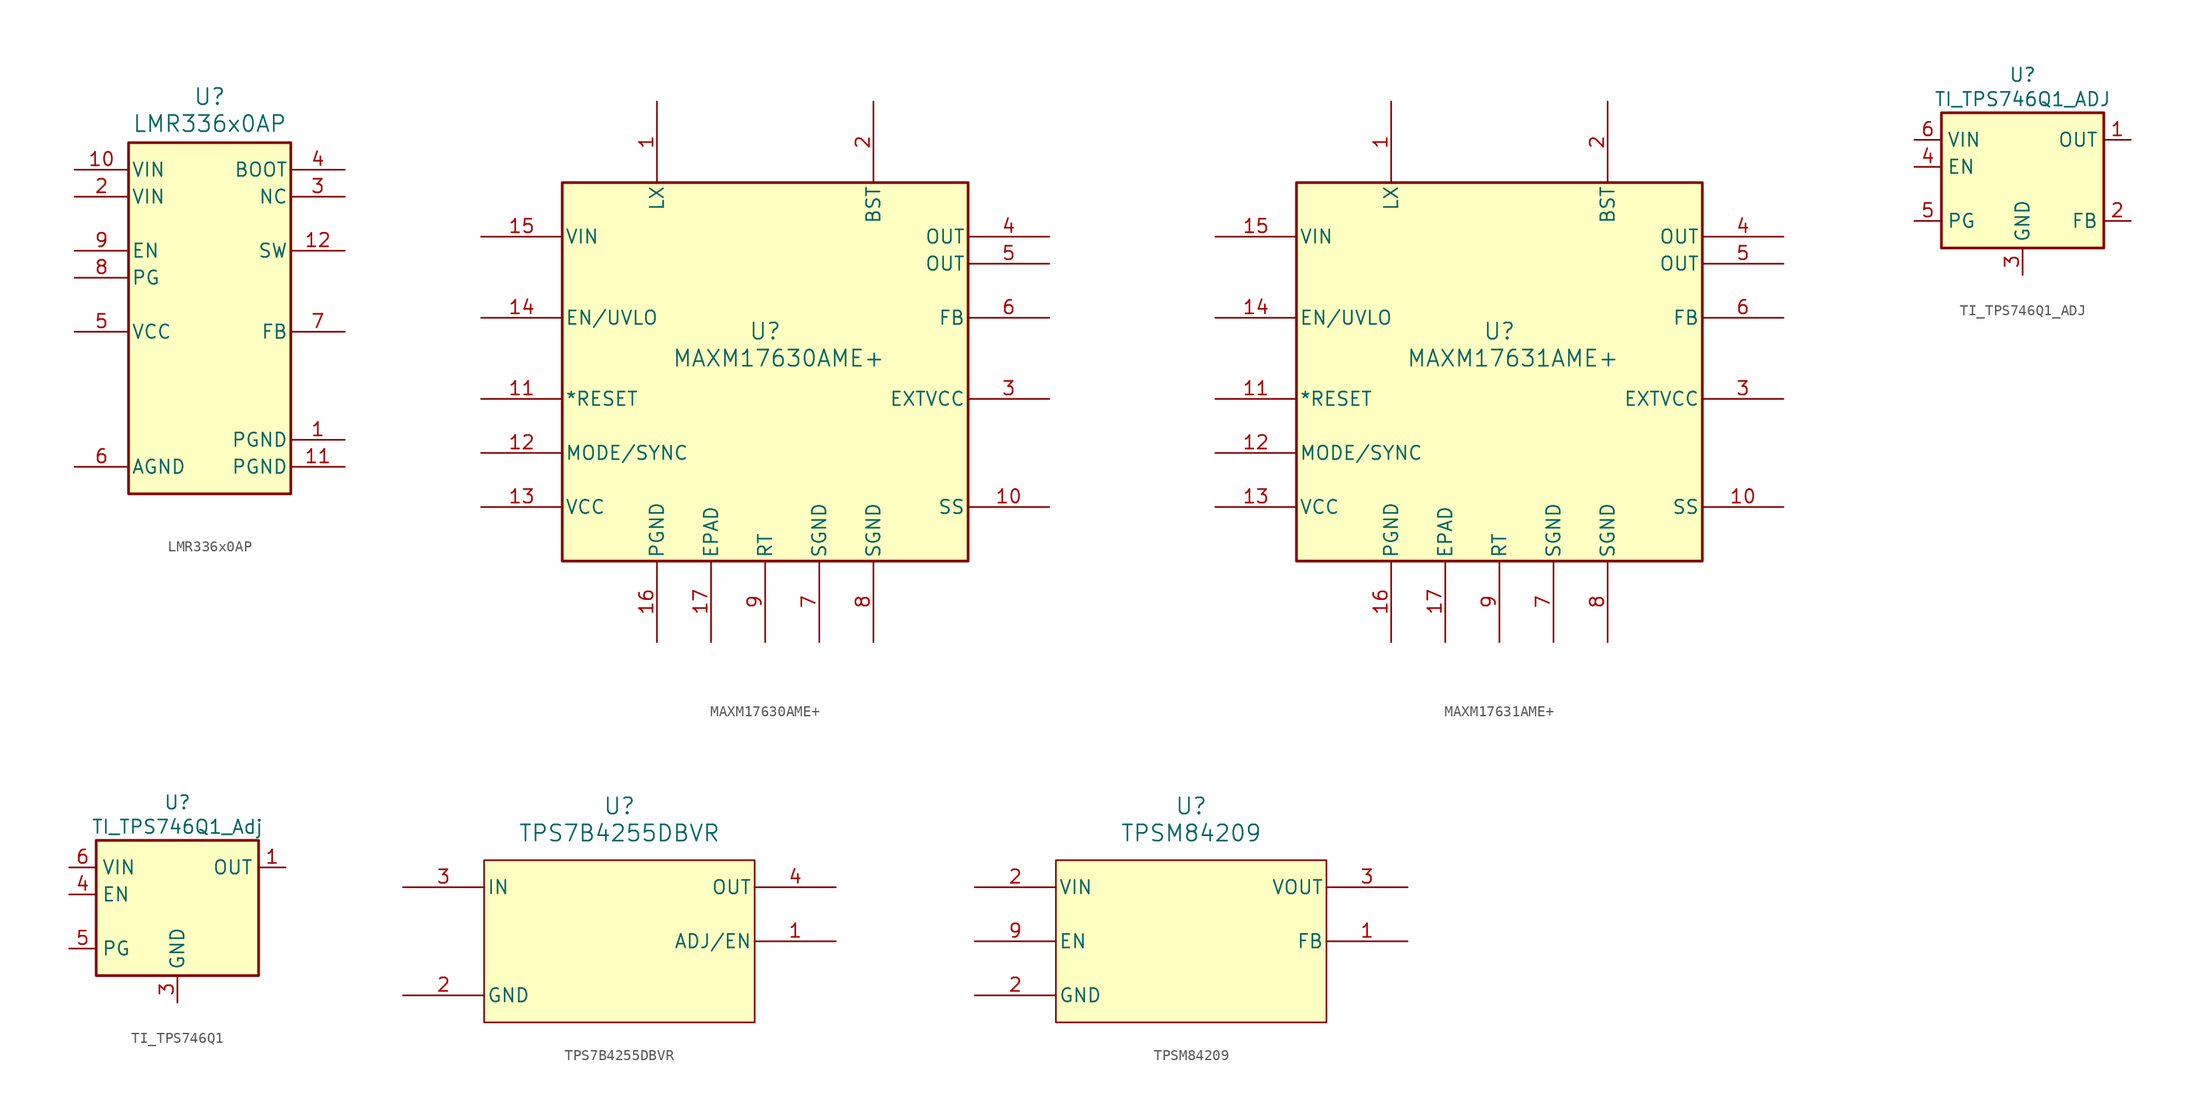
<source format=kicad_sym>
(kicad_symbol_lib
  (version 20241209)
  (generator "kicad_symbol_editor")
  (generator_version "9.0")
  (symbol "LMR336x0AP"
    (pin_names
      (offset 0.254))
    (property "Reference" "U"
      (at 0 22.098 0)
      (effects (font (size 1.524 1.524))))
    (property "Value" "LMR336x0AP"
      (at 0 19.558 0)
      (effects (font (size 1.524 1.524))))
    (property "ki_locked" ""
      (at 0 0 0)
      (effects (font (size 1.27 1.27))))
    (symbol "LMR336x0AP_0_1"
      (rectangle (start -7.62 17.78) (end 7.62 -15.24) (stroke (width 0.254) (type default)) (fill (type background)))
      (pin power_in line (at -12.7 15.24 0) (length 5.08) (name "VIN" (effects (font (size 1.27 1.27)))) (number "10" (effects (font (size 1.27 1.27)))))
      (pin power_in line (at -12.7 12.7 0) (length 5.08) (name "VIN" (effects (font (size 1.27 1.27)))) (number "2" (effects (font (size 1.27 1.27)))))
      (pin input line (at -12.7 7.62 0) (length 5.08) (name "EN" (effects (font (size 1.27 1.27)))) (number "9" (effects (font (size 1.27 1.27)))))
      (pin open_collector line (at -12.7 5.08 0) (length 5.08) (name "PG" (effects (font (size 1.27 1.27)))) (number "8" (effects (font (size 1.27 1.27)))))
      (pin power_in line (at -12.7 0 0) (length 5.08) (name "VCC" (effects (font (size 1.27 1.27)))) (number "5" (effects (font (size 1.27 1.27)))))
      (pin power_in line (at -12.7 -12.7 0) (length 5.08) (name "AGND" (effects (font (size 1.27 1.27)))) (number "6" (effects (font (size 1.27 1.27)))))
      (pin power_in line (at 12.7 7.62 180) (length 5.08) (name "SW" (effects (font (size 1.27 1.27)))) (number "12" (effects (font (size 1.27 1.27)))))
      (pin input line (at 12.7 0 180) (length 5.08) (name "FB" (effects (font (size 1.27 1.27)))) (number "7" (effects (font (size 1.27 1.27)))))
      (pin power_in line (at 12.7 -10.16 180) (length 5.08) (name "PGND" (effects (font (size 1.27 1.27)))) (number "1" (effects (font (size 1.27 1.27)))))
      (pin power_in line (at 12.7 -12.7 180) (length 5.08) (name "PGND" (effects (font (size 1.27 1.27)))) (number "11" (effects (font (size 1.27 1.27))))))
    (symbol "LMR336x0AP_1_1"
      (pin unspecified line (at 12.7 15.24 180) (length 5.08) (name "BOOT" (effects (font (size 1.27 1.27)))) (number "4" (effects (font (size 1.27 1.27)))))
      (pin unspecified line (at 12.7 12.7 180) (length 5.08) (name "NC" (effects (font (size 1.27 1.27)))) (number "3" (effects (font (size 1.27 1.27)))))))
  (symbol "MAXM17630AME+"
    (pin_names
      (offset 0.254))
    (property "Reference" "U"
      (at 10.16 -21.59 0)
      (effects (font (size 1.524 1.524))))
    (property "Value" "MAXM17630AME+"
      (at 11.43 -24.13 0)
      (effects (font (size 1.524 1.524))))
    (symbol "MAXM17630AME+_0_1"
      (rectangle (start -8.89 -7.62) (end 29.21 -43.18) (stroke (width 0.254) (type default)) (fill (type background)))
      (pin input line (at -16.51 -12.7 0) (length 7.62) (name "VIN" (effects (font (size 1.27 1.27)))) (number "15" (effects (font (size 1.27 1.27)))))
      (pin unspecified line (at -16.51 -20.32 0) (length 7.62) (name "EN/UVLO" (effects (font (size 1.27 1.27)))) (number "14" (effects (font (size 1.27 1.27)))))
      (pin output line (at -16.51 -27.94 0) (length 7.62) (name "*RESET" (effects (font (size 1.27 1.27)))) (number "11" (effects (font (size 1.27 1.27)))))
      (pin unspecified line (at -16.51 -33.02 0) (length 7.62) (name "MODE/SYNC" (effects (font (size 1.27 1.27)))) (number "12" (effects (font (size 1.27 1.27)))))
      (pin power_in line (at -16.51 -38.1 0) (length 7.62) (name "VCC" (effects (font (size 1.27 1.27)))) (number "13" (effects (font (size 1.27 1.27)))))
      (pin unspecified line (at 0 0 270) (length 7.62) (name "LX" (effects (font (size 1.27 1.27)))) (number "1" (effects (font (size 1.27 1.27)))))
      (pin power_in line (at 0 -50.8 90) (length 7.62) (name "PGND" (effects (font (size 1.27 1.27)))) (number "16" (effects (font (size 1.27 1.27)))))
      (pin power_in line (at 5.08 -50.8 90) (length 7.62) (name "EPAD" (effects (font (size 1.27 1.27)))) (number "17" (effects (font (size 1.27 1.27)))))
      (pin unspecified line (at 10.16 -50.8 90) (length 7.62) (name "RT" (effects (font (size 1.27 1.27)))) (number "9" (effects (font (size 1.27 1.27)))))
      (pin power_in line (at 15.24 -50.8 90) (length 7.62) (name "SGND" (effects (font (size 1.27 1.27)))) (number "7" (effects (font (size 1.27 1.27)))))
      (pin unspecified line (at 20.32 0 270) (length 7.62) (name "BST" (effects (font (size 1.27 1.27)))) (number "2" (effects (font (size 1.27 1.27)))))
      (pin power_in line (at 20.32 -50.8 90) (length 7.62) (name "SGND" (effects (font (size 1.27 1.27)))) (number "8" (effects (font (size 1.27 1.27)))))
      (pin output line (at 36.83 -12.7 180) (length 7.62) (name "OUT" (effects (font (size 1.27 1.27)))) (number "4" (effects (font (size 1.27 1.27)))))
      (pin output line (at 36.83 -15.24 180) (length 7.62) (name "OUT" (effects (font (size 1.27 1.27)))) (number "5" (effects (font (size 1.27 1.27)))))
      (pin input line (at 36.83 -20.32 180) (length 7.62) (name "FB" (effects (font (size 1.27 1.27)))) (number "6" (effects (font (size 1.27 1.27)))))
      (pin input line (at 36.83 -27.94 180) (length 7.62) (name "EXTVCC" (effects (font (size 1.27 1.27)))) (number "3" (effects (font (size 1.27 1.27)))))
      (pin input line (at 36.83 -38.1 180) (length 7.62) (name "SS" (effects (font (size 1.27 1.27)))) (number "10" (effects (font (size 1.27 1.27)))))))
  (symbol "MAXM17631AME+"
    (pin_names
      (offset 0.254))
    (property "Reference" "U"
      (at 10.16 -21.59 0)
      (effects (font (size 1.524 1.524))))
    (property "Value" "MAXM17631AME+"
      (at 11.43 -24.13 0)
      (effects (font (size 1.524 1.524))))
    (symbol "MAXM17631AME+_0_1"
      (rectangle (start -8.89 -7.62) (end 29.21 -43.18) (stroke (width 0.254) (type default)) (fill (type background)))
      (pin input line (at -16.51 -12.7 0) (length 7.62) (name "VIN" (effects (font (size 1.27 1.27)))) (number "15" (effects (font (size 1.27 1.27)))))
      (pin unspecified line (at -16.51 -20.32 0) (length 7.62) (name "EN/UVLO" (effects (font (size 1.27 1.27)))) (number "14" (effects (font (size 1.27 1.27)))))
      (pin output line (at -16.51 -27.94 0) (length 7.62) (name "*RESET" (effects (font (size 1.27 1.27)))) (number "11" (effects (font (size 1.27 1.27)))))
      (pin unspecified line (at -16.51 -33.02 0) (length 7.62) (name "MODE/SYNC" (effects (font (size 1.27 1.27)))) (number "12" (effects (font (size 1.27 1.27)))))
      (pin power_in line (at -16.51 -38.1 0) (length 7.62) (name "VCC" (effects (font (size 1.27 1.27)))) (number "13" (effects (font (size 1.27 1.27)))))
      (pin unspecified line (at 0 0 270) (length 7.62) (name "LX" (effects (font (size 1.27 1.27)))) (number "1" (effects (font (size 1.27 1.27)))))
      (pin power_in line (at 0 -50.8 90) (length 7.62) (name "PGND" (effects (font (size 1.27 1.27)))) (number "16" (effects (font (size 1.27 1.27)))))
      (pin power_in line (at 5.08 -50.8 90) (length 7.62) (name "EPAD" (effects (font (size 1.27 1.27)))) (number "17" (effects (font (size 1.27 1.27)))))
      (pin unspecified line (at 10.16 -50.8 90) (length 7.62) (name "RT" (effects (font (size 1.27 1.27)))) (number "9" (effects (font (size 1.27 1.27)))))
      (pin power_in line (at 15.24 -50.8 90) (length 7.62) (name "SGND" (effects (font (size 1.27 1.27)))) (number "7" (effects (font (size 1.27 1.27)))))
      (pin unspecified line (at 20.32 0 270) (length 7.62) (name "BST" (effects (font (size 1.27 1.27)))) (number "2" (effects (font (size 1.27 1.27)))))
      (pin power_in line (at 20.32 -50.8 90) (length 7.62) (name "SGND" (effects (font (size 1.27 1.27)))) (number "8" (effects (font (size 1.27 1.27)))))
      (pin output line (at 36.83 -12.7 180) (length 7.62) (name "OUT" (effects (font (size 1.27 1.27)))) (number "4" (effects (font (size 1.27 1.27)))))
      (pin output line (at 36.83 -15.24 180) (length 7.62) (name "OUT" (effects (font (size 1.27 1.27)))) (number "5" (effects (font (size 1.27 1.27)))))
      (pin input line (at 36.83 -20.32 180) (length 7.62) (name "FB" (effects (font (size 1.27 1.27)))) (number "6" (effects (font (size 1.27 1.27)))))
      (pin input line (at 36.83 -27.94 180) (length 7.62) (name "EXTVCC" (effects (font (size 1.27 1.27)))) (number "3" (effects (font (size 1.27 1.27)))))
      (pin input line (at 36.83 -38.1 180) (length 7.62) (name "SS" (effects (font (size 1.27 1.27)))) (number "10" (effects (font (size 1.27 1.27)))))))
  (symbol "TI_TPS746Q1_ADJ"
    (property "Reference" "U"
      (at 0 8.636 0)
      (effects (font (size 1.27 1.27))))
    (property "Value" "TI_TPS746Q1_ADJ"
      (at 0 6.35 0)
      (effects (font (size 1.27 1.27))))
    (symbol "TI_TPS746Q1_ADJ_1_1"
      (rectangle (start -7.62 5.08) (end 7.62 -7.62) (stroke (width 0.254) (type default)) (fill (type background)))
      (pin power_in line (at -10.16 2.54 0) (length 2.54) (name "VIN" (effects (font (size 1.27 1.27)))) (number "6" (effects (font (size 1.27 1.27)))))
      (pin input line (at -10.16 0 0) (length 2.54) (name "EN" (effects (font (size 1.27 1.27)))) (number "4" (effects (font (size 1.27 1.27)))))
      (pin input line (at -10.16 -5.08 0) (length 2.54) (name "PG" (effects (font (size 1.27 1.27)))) (number "5" (effects (font (size 1.27 1.27)))))
      (pin power_in line (at 0 -10.16 90) (length 2.54) (name "GND" (effects (font (size 1.27 1.27)))) (number "3" (effects (font (size 1.27 1.27)))))
      (pin power_in line (at 0 -10.16 90) (length 2.54) (hide yes) (name "GND" (effects (font (size 1.27 1.27)))) (number "7" (effects (font (size 1.27 1.27)))))
      (pin power_out line (at 10.16 2.54 180) (length 2.54) (name "OUT" (effects (font (size 1.27 1.27)))) (number "1" (effects (font (size 1.27 1.27)))))
      (pin power_out line (at 10.16 -5.08 180) (length 2.54) (name "FB" (effects (font (size 1.27 1.27)))) (number "2" (effects (font (size 1.27 1.27)))))))
  (symbol "TI_TPS746Q1"
    (property "Reference" "U"
      (at 0 8.636 0)
      (effects (font (size 1.27 1.27))))
    (property "Value" "TI_TPS746Q1_Adj"
      (at 0 6.35 0)
      (effects (font (size 1.27 1.27))))
    (symbol "TI_TPS746Q1_1_1"
      (rectangle (start -7.62 5.08) (end 7.62 -7.62) (stroke (width 0.254) (type default)) (fill (type background)))
      (pin power_in line (at -10.16 2.54 0) (length 2.54) (name "VIN" (effects (font (size 1.27 1.27)))) (number "6" (effects (font (size 1.27 1.27)))))
      (pin input line (at -10.16 0 0) (length 2.54) (name "EN" (effects (font (size 1.27 1.27)))) (number "4" (effects (font (size 1.27 1.27)))))
      (pin input line (at -10.16 -5.08 0) (length 2.54) (name "PG" (effects (font (size 1.27 1.27)))) (number "5" (effects (font (size 1.27 1.27)))))
      (pin power_in line (at 0 -10.16 90) (length 2.54) (name "GND" (effects (font (size 1.27 1.27)))) (number "3" (effects (font (size 1.27 1.27)))))
      (pin power_in line (at 0 -10.16 90) (length 2.54) (hide yes) (name "GND" (effects (font (size 1.27 1.27)))) (number "7" (effects (font (size 1.27 1.27)))))
      (pin power_out line (at 10.16 2.54 180) (length 2.54) (name "OUT" (effects (font (size 1.27 1.27)))) (number "1" (effects (font (size 1.27 1.27)))))))
  (symbol "TPS7B4255DBVR"
    (pin_names
      (offset 0.254))
    (property "Reference" "U"
      (at -20.32 12.7 0)
      (effects (font (size 1.524 1.524))))
    (property "Value" "TPS7B4255DBVR"
      (at -20.32 10.16 0)
      (effects (font (size 1.524 1.524))))
    (property "ki_locked" ""
      (at 0 0 0)
      (effects (font (size 1.27 1.27))))
    (symbol "TPS7B4255DBVR_0_1"
      (pin power_out line (at -40.64 -5.08 0) (length 7.62) (name "GND" (effects (font (size 1.27 1.27)))) (number "2" (effects (font (size 1.27 1.27)))))
      (pin output line (at 0 5.08 180) (length 7.62) (name "OUT" (effects (font (size 1.27 1.27)))) (number "4" (effects (font (size 1.27 1.27)))))
      (pin input line (at 0 0 180) (length 7.62) (name "ADJ/EN" (effects (font (size 1.27 1.27)))) (number "1" (effects (font (size 1.27 1.27))))))
    (symbol "TPS7B4255DBVR_1_1"
      (rectangle (start -33.02 7.62) (end -7.62 -7.62) (stroke (width 0) (type default)) (fill (type background)))
      (pin power_in line (at -40.64 5.08 0) (length 7.62) (name "IN" (effects (font (size 1.27 1.27)))) (number "3" (effects (font (size 1.27 1.27)))))
      (pin no_connect line (at 0 -5.08 180) (length 7.62) (hide yes) (name "NC" (effects (font (size 1.27 1.27)))) (number "5" (effects (font (size 1.27 1.27)))))))
  (symbol "TPSM84209"
    (pin_names
      (offset 0.254))
    (property "Reference" "U"
      (at -20.32 12.7 0)
      (effects (font (size 1.524 1.524))))
    (property "Value" "TPSM84209"
      (at -20.32 10.16 0)
      (effects (font (size 1.524 1.524))))
    (symbol "TPSM84209_0_1"
      (pin power_out line (at -40.64 -5.08 0) (length 7.62) (name "GND" (effects (font (size 1.27 1.27)))) (number "2" (effects (font (size 1.27 1.27))))))
    (symbol "TPSM84209_1_1"
      (rectangle (start -33.02 7.62) (end -7.62 -7.62) (stroke (width 0) (type default)) (fill (type background)))
      (pin power_in line (at -40.64 5.08 0) (length 7.62) (name "VIN" (effects (font (size 1.27 1.27)))) (number "2" (effects (font (size 1.27 1.27)))))
      (pin input line (at -40.64 0 0) (length 7.62) (name "EN" (effects (font (size 1.27 1.27)))) (number "9" (effects (font (size 1.27 1.27)))))
      (pin output line (at 0 5.08 180) (length 7.62) (name "VOUT" (effects (font (size 1.27 1.27)))) (number "3" (effects (font (size 1.27 1.27)))))
      (pin input line (at 0 0 180) (length 7.62) (name "FB" (effects (font (size 1.27 1.27)))) (number "1" (effects (font (size 1.27 1.27)))))
      (pin power_out line (at 0 -5.08 180) (length 7.62) (hide yes) (name "SW" (effects (font (size 1.27 1.27)))) (number "4" (effects (font (size 1.27 1.27)))))
      (pin power_out line (at 0 -5.08 180) (length 7.62) (hide yes) (name "SW" (effects (font (size 1.27 1.27)))) (number "5" (effects (font (size 1.27 1.27)))))
      (pin no_connect line (at 0 -5.08 180) (length 7.62) (hide yes) (name "NC" (effects (font (size 1.27 1.27)))) (number "5" (effects (font (size 1.27 1.27)))))
      (pin no_connect line (at 0 -5.08 180) (length 7.62) (hide yes) (name "DNC" (effects (font (size 1.27 1.27)))) (number "6" (effects (font (size 1.27 1.27)))))
      (pin no_connect line (at 0 -5.08 180) (length 7.62) (hide yes) (name "DNC" (effects (font (size 1.27 1.27)))) (number "7" (effects (font (size 1.27 1.27))))))))
</source>
